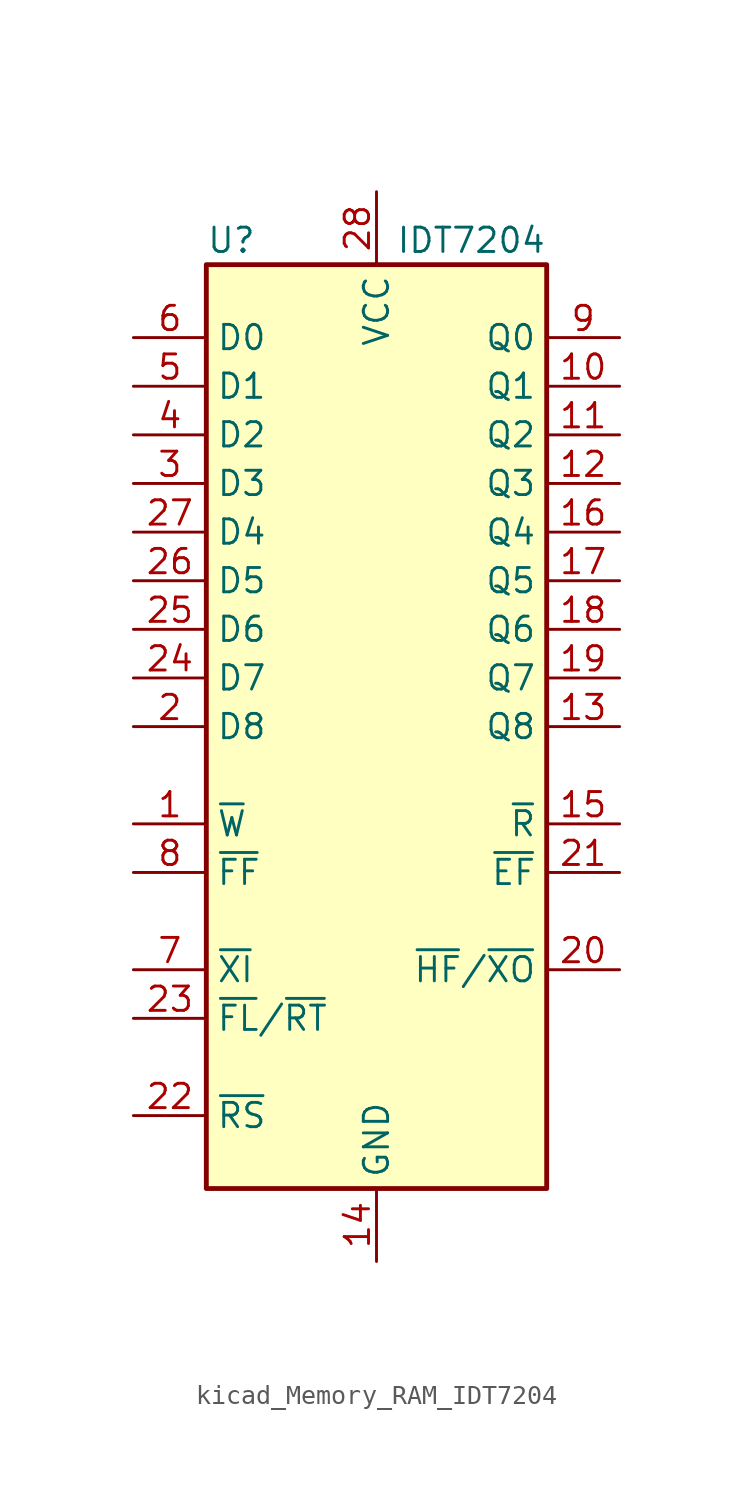
<source format=kicad_sym>
(kicad_symbol_lib
  (version 20220914)
  (generator kicad_symbol_editor)
  (symbol "kicad_Memory_RAM_IDT7204"
    (property "Reference" "U"
      (at -8.89 25.4 0)
      (effects (font (size 1.27 1.27)) (justify left)))
    (property "Value" "IDT7204"
      (at 8.89 25.4 0)
      (effects (font (size 1.27 1.27)) (justify right)))
    (symbol "kicad_Memory_RAM_IDT7204_0_1"
      (rectangle (start -8.89 24.13) (end 8.89 -24.13) (stroke (width 0.254) (type default)) (fill (type background)))
      (pin input line (at -12.7 -5.08 0) (length 3.81) (name "~{W}" (effects (font (size 1.27 1.27)))) (number "1" (effects (font (size 1.27 1.27)))))
      (pin output line (at 12.7 17.78 180) (length 3.81) (name "Q1" (effects (font (size 1.27 1.27)))) (number "10" (effects (font (size 1.27 1.27)))))
      (pin output line (at 12.7 15.24 180) (length 3.81) (name "Q2" (effects (font (size 1.27 1.27)))) (number "11" (effects (font (size 1.27 1.27)))))
      (pin output line (at 12.7 12.7 180) (length 3.81) (name "Q3" (effects (font (size 1.27 1.27)))) (number "12" (effects (font (size 1.27 1.27)))))
      (pin output line (at 12.7 0 180) (length 3.81) (name "Q8" (effects (font (size 1.27 1.27)))) (number "13" (effects (font (size 1.27 1.27)))))
      (pin power_in line (at 0 -27.94 90) (length 3.81) (name "GND" (effects (font (size 1.27 1.27)))) (number "14" (effects (font (size 1.27 1.27)))))
      (pin input line (at 12.7 -5.08 180) (length 3.81) (name "~{R}" (effects (font (size 1.27 1.27)))) (number "15" (effects (font (size 1.27 1.27)))))
      (pin output line (at 12.7 10.16 180) (length 3.81) (name "Q4" (effects (font (size 1.27 1.27)))) (number "16" (effects (font (size 1.27 1.27)))))
      (pin output line (at 12.7 7.62 180) (length 3.81) (name "Q5" (effects (font (size 1.27 1.27)))) (number "17" (effects (font (size 1.27 1.27)))))
      (pin output line (at 12.7 5.08 180) (length 3.81) (name "Q6" (effects (font (size 1.27 1.27)))) (number "18" (effects (font (size 1.27 1.27)))))
      (pin output line (at 12.7 2.54 180) (length 3.81) (name "Q7" (effects (font (size 1.27 1.27)))) (number "19" (effects (font (size 1.27 1.27)))))
      (pin input line (at -12.7 0 0) (length 3.81) (name "D8" (effects (font (size 1.27 1.27)))) (number "2" (effects (font (size 1.27 1.27)))))
      (pin output line (at 12.7 -12.7 180) (length 3.81) (name "~{HF}/~{XO}" (effects (font (size 1.27 1.27)))) (number "20" (effects (font (size 1.27 1.27)))))
      (pin output line (at 12.7 -7.62 180) (length 3.81) (name "~{EF}" (effects (font (size 1.27 1.27)))) (number "21" (effects (font (size 1.27 1.27)))))
      (pin input line (at -12.7 -20.32 0) (length 3.81) (name "~{RS}" (effects (font (size 1.27 1.27)))) (number "22" (effects (font (size 1.27 1.27)))))
      (pin input line (at -12.7 -15.24 0) (length 3.81) (name "~{FL}/~{RT}" (effects (font (size 1.27 1.27)))) (number "23" (effects (font (size 1.27 1.27)))))
      (pin input line (at -12.7 2.54 0) (length 3.81) (name "D7" (effects (font (size 1.27 1.27)))) (number "24" (effects (font (size 1.27 1.27)))))
      (pin input line (at -12.7 5.08 0) (length 3.81) (name "D6" (effects (font (size 1.27 1.27)))) (number "25" (effects (font (size 1.27 1.27)))))
      (pin input line (at -12.7 7.62 0) (length 3.81) (name "D5" (effects (font (size 1.27 1.27)))) (number "26" (effects (font (size 1.27 1.27)))))
      (pin input line (at -12.7 10.16 0) (length 3.81) (name "D4" (effects (font (size 1.27 1.27)))) (number "27" (effects (font (size 1.27 1.27)))))
      (pin power_in line (at 0 27.94 270) (length 3.81) (name "VCC" (effects (font (size 1.27 1.27)))) (number "28" (effects (font (size 1.27 1.27)))))
      (pin input line (at -12.7 12.7 0) (length 3.81) (name "D3" (effects (font (size 1.27 1.27)))) (number "3" (effects (font (size 1.27 1.27)))))
      (pin input line (at -12.7 15.24 0) (length 3.81) (name "D2" (effects (font (size 1.27 1.27)))) (number "4" (effects (font (size 1.27 1.27)))))
      (pin input line (at -12.7 17.78 0) (length 3.81) (name "D1" (effects (font (size 1.27 1.27)))) (number "5" (effects (font (size 1.27 1.27)))))
      (pin input line (at -12.7 20.32 0) (length 3.81) (name "D0" (effects (font (size 1.27 1.27)))) (number "6" (effects (font (size 1.27 1.27)))))
      (pin input line (at -12.7 -12.7 0) (length 3.81) (name "~{XI}" (effects (font (size 1.27 1.27)))) (number "7" (effects (font (size 1.27 1.27)))))
      (pin output line (at -12.7 -7.62 0) (length 3.81) (name "~{FF}" (effects (font (size 1.27 1.27)))) (number "8" (effects (font (size 1.27 1.27)))))
      (pin output line (at 12.7 20.32 180) (length 3.81) (name "Q0" (effects (font (size 1.27 1.27)))) (number "9" (effects (font (size 1.27 1.27))))))))
</source>
